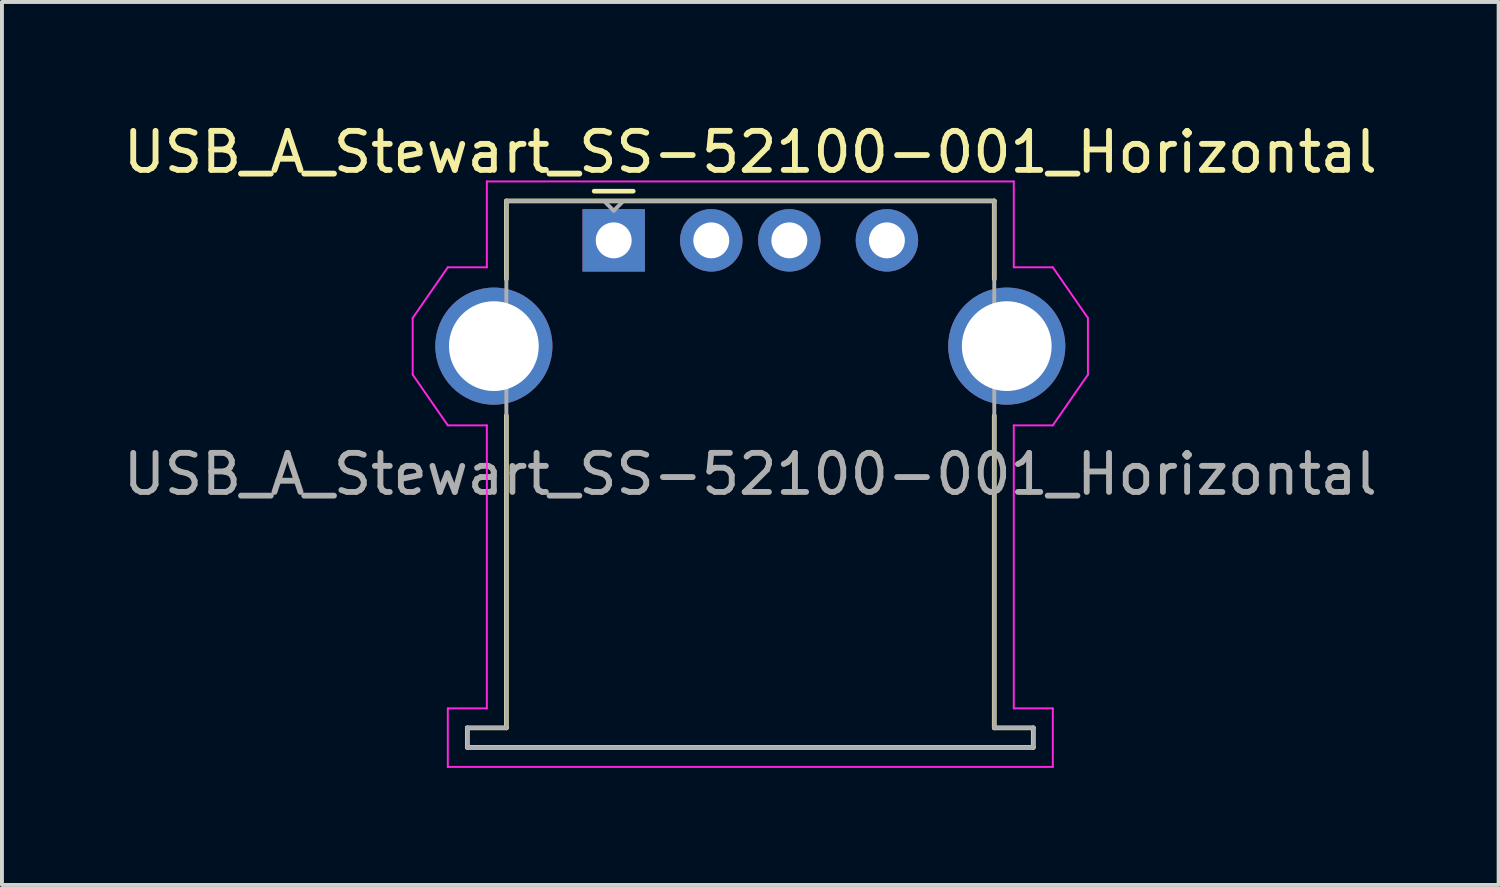
<source format=kicad_pcb>
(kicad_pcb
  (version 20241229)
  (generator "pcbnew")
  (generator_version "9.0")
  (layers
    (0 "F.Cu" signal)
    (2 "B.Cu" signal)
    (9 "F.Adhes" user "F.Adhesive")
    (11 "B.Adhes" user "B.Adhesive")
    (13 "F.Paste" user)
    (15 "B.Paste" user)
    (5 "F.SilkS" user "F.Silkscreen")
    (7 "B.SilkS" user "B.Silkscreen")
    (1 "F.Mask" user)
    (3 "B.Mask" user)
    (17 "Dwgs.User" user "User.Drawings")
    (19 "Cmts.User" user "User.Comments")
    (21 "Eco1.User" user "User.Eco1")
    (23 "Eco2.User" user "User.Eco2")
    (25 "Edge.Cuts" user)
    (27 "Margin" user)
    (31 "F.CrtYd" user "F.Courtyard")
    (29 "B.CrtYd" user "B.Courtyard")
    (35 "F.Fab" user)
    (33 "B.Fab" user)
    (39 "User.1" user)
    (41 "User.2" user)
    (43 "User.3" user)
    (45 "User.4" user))
  (footprint "USB_A_Stewart_SS-52100-001_Horizontal"
    (layer "F.Cu")
    (at 12.673 3.108)
    (property "Reference" "USB_A_Stewart_SS-52100-001_Horizontal" (at 3.5 -2.26 0) (layer "F.SilkS") (effects (font (size 1 1) (thickness 0.15))))
    (attr through_hole)
    (fp_line (start -3.75 12.49) (end -3.75 12.99) (stroke (width 0.12) (type solid)) (layer "F.SilkS"))
    (fp_line (start -3.75 12.99) (end 10.75 12.99) (stroke (width 0.12) (type solid)) (layer "F.SilkS"))
    (fp_line (start -2.75 -1.01) (end -2.75 0.99) (stroke (width 0.12) (type solid)) (layer "F.SilkS"))
    (fp_line (start -2.75 4.49) (end -2.75 12.49) (stroke (width 0.12) (type solid)) (layer "F.SilkS"))
    (fp_line (start -2.75 12.49) (end -3.75 12.49) (stroke (width 0.12) (type solid)) (layer "F.SilkS"))
    (fp_line (start -0.5 -1.26) (end 0.5 -1.26) (stroke (width 0.12) (type solid)) (layer "F.SilkS"))
    (fp_line (start 9.75 -1.01) (end -2.75 -1.01) (stroke (width 0.12) (type solid)) (layer "F.SilkS"))
    (fp_line (start 9.75 0.99) (end 9.75 -1.01) (stroke (width 0.12) (type solid)) (layer "F.SilkS"))
    (fp_line (start 9.75 12.49) (end 9.75 4.49) (stroke (width 0.12) (type solid)) (layer "F.SilkS"))
    (fp_line (start 10.75 12.49) (end 9.75 12.49) (stroke (width 0.12) (type solid)) (layer "F.SilkS"))
    (fp_line (start 10.75 12.99) (end 10.75 12.49) (stroke (width 0.12) (type solid)) (layer "F.SilkS"))
    (fp_line (start -5.15 1.99) (end -4.25 0.69) (stroke (width 0.05) (type solid)) (layer "F.CrtYd"))
    (fp_line (start -5.15 3.44) (end -5.15 1.99) (stroke (width 0.05) (type solid)) (layer "F.CrtYd"))
    (fp_line (start -5.15 3.44) (end -4.25 4.74) (stroke (width 0.05) (type solid)) (layer "F.CrtYd"))
    (fp_line (start -4.25 11.99) (end -4.25 13.49) (stroke (width 0.05) (type solid)) (layer "F.CrtYd"))
    (fp_line (start -4.25 13.49) (end 11.25 13.49) (stroke (width 0.05) (type solid)) (layer "F.CrtYd"))
    (fp_line (start -3.25 0.69) (end -4.25 0.69) (stroke (width 0.05) (type solid)) (layer "F.CrtYd"))
    (fp_line (start -3.25 0.69) (end -3.25 -1.51) (stroke (width 0.05) (type solid)) (layer "F.CrtYd"))
    (fp_line (start -3.25 4.74) (end -4.25 4.74) (stroke (width 0.05) (type solid)) (layer "F.CrtYd"))
    (fp_line (start -3.25 4.74) (end -3.25 11.99) (stroke (width 0.05) (type solid)) (layer "F.CrtYd"))
    (fp_line (start -3.25 11.99) (end -4.25 11.99) (stroke (width 0.05) (type solid)) (layer "F.CrtYd"))
    (fp_line (start 10.25 -1.51) (end -3.25 -1.51) (stroke (width 0.05) (type solid)) (layer "F.CrtYd"))
    (fp_line (start 10.25 0.69) (end 10.25 -1.51) (stroke (width 0.05) (type solid)) (layer "F.CrtYd"))
    (fp_line (start 10.25 0.69) (end 11.25 0.69) (stroke (width 0.05) (type solid)) (layer "F.CrtYd"))
    (fp_line (start 10.25 4.74) (end 11.25 4.74) (stroke (width 0.05) (type solid)) (layer "F.CrtYd"))
    (fp_line (start 10.25 11.99) (end 10.25 4.74) (stroke (width 0.05) (type solid)) (layer "F.CrtYd"))
    (fp_line (start 11.25 11.99) (end 10.25 11.99) (stroke (width 0.05) (type solid)) (layer "F.CrtYd"))
    (fp_line (start 11.25 13.49) (end 11.25 11.99) (stroke (width 0.05) (type solid)) (layer "F.CrtYd"))
    (fp_line (start 12.15 1.99) (end 11.25 0.69) (stroke (width 0.05) (type solid)) (layer "F.CrtYd"))
    (fp_line (start 12.15 1.99) (end 12.15 3.44) (stroke (width 0.05) (type solid)) (layer "F.CrtYd"))
    (fp_line (start 12.15 3.44) (end 11.25 4.74) (stroke (width 0.05) (type solid)) (layer "F.CrtYd"))
    (fp_line (start -3.75 12.49) (end -2.75 12.49) (stroke (width 0.1) (type solid)) (layer "F.Fab"))
    (fp_line (start -3.75 12.99) (end -3.75 12.49) (stroke (width 0.1) (type solid)) (layer "F.Fab"))
    (fp_line (start -3.75 12.99) (end 10.75 12.99) (stroke (width 0.1) (type solid)) (layer "F.Fab"))
    (fp_line (start -2.75 -1.01) (end 9.75 -1.01) (stroke (width 0.1) (type solid)) (layer "F.Fab"))
    (fp_line (start -2.75 12.49) (end -2.75 -1.01) (stroke (width 0.1) (type solid)) (layer "F.Fab"))
    (fp_line (start -0.25 -1.01) (end 0 -0.76) (stroke (width 0.1) (type solid)) (layer "F.Fab"))
    (fp_line (start 0 -0.76) (end 0.25 -1.01) (stroke (width 0.1) (type solid)) (layer "F.Fab"))
    (fp_line (start 9.75 12.49) (end 9.75 -1.01) (stroke (width 0.1) (type solid)) (layer "F.Fab"))
    (fp_line (start 9.75 12.49) (end 10.75 12.49) (stroke (width 0.1) (type solid)) (layer "F.Fab"))
    (fp_line (start 10.75 12.49) (end 10.75 12.99) (stroke (width 0.1) (type solid)) (layer "F.Fab"))
    (fp_text user "${REFERENCE}" (at 3.5 5.99 0) (layer "F.Fab") (effects (font (size 1 1) (thickness 0.15))))
    (pad "1" thru_hole rect (at 0 0) (size 1.6 1.6) (drill 0.92) (layers "*.Cu" "*.Mask"))
    (pad "2" thru_hole circle (at 2.5 0) (size 1.6 1.6) (drill 0.92) (layers "*.Cu" "*.Mask"))
    (pad "3" thru_hole circle (at 4.5 0) (size 1.6 1.6) (drill 0.92) (layers "*.Cu" "*.Mask"))
    (pad "4" thru_hole circle (at 7 0) (size 1.6 1.6) (drill 0.92) (layers "*.Cu" "*.Mask"))
    (pad "5" thru_hole circle (at -3.07 2.71) (size 3 3) (drill 2.3) (layers "*.Cu" "*.Mask"))
    (pad "5" thru_hole circle (at 10.07 2.71) (size 3 3) (drill 2.3) (layers "*.Cu" "*.Mask")))
  (gr_rect
    (start -3 -3)
    (end 35.345 19.623)
    (stroke (width 0.1) (type default))
    (fill no)
    (layer "Edge.Cuts")))
</source>
